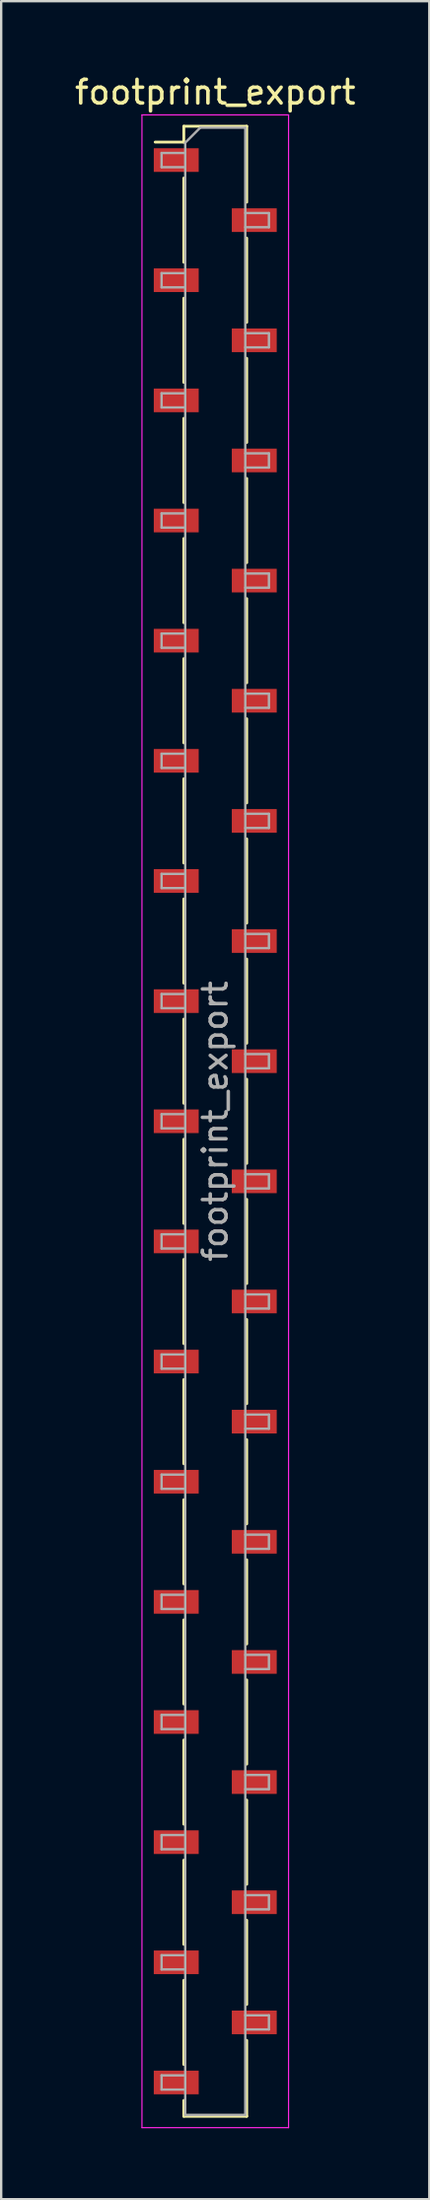
<source format=kicad_pcb>
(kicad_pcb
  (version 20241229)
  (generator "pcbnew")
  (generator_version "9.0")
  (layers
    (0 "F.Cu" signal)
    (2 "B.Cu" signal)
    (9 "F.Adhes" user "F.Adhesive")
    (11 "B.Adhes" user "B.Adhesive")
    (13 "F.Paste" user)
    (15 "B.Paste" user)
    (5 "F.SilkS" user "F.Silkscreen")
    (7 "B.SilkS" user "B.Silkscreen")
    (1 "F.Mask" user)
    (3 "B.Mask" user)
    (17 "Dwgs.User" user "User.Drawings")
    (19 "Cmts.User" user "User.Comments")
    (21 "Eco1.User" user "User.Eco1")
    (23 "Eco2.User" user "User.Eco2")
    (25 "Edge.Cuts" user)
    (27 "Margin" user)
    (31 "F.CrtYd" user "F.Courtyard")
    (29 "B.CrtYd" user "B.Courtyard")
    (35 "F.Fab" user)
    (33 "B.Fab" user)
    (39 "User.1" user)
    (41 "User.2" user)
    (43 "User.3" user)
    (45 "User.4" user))
  (footprint "footprint_export"
    (layer "F.Cu")
    (at 6.054 44.358)
    (property "Reference" "footprint_export" (at 0 -43.51 0) (layer "F.SilkS") (effects (font (size 1 1) (thickness 0.15))))
    (attr smd)
    (fp_line (start -2.54 -41.4) (end -1.33 -41.4) (stroke (width 0.12) (type solid)) (layer "F.SilkS"))
    (fp_line (start -1.33 -42.07) (end -1.33 -41.4) (stroke (width 0.12) (type solid)) (layer "F.SilkS"))
    (fp_line (start -1.33 -42.07) (end 1.33 -42.07) (stroke (width 0.12) (type solid)) (layer "F.SilkS"))
    (fp_line (start -1.33 -39.88) (end -1.33 -36.32) (stroke (width 0.12) (type solid)) (layer "F.SilkS"))
    (fp_line (start -1.33 -34.8) (end -1.33 -31.24) (stroke (width 0.12) (type solid)) (layer "F.SilkS"))
    (fp_line (start -1.33 -29.72) (end -1.33 -26.16) (stroke (width 0.12) (type solid)) (layer "F.SilkS"))
    (fp_line (start -1.33 -24.64) (end -1.33 -21.08) (stroke (width 0.12) (type solid)) (layer "F.SilkS"))
    (fp_line (start -1.33 -19.56) (end -1.33 -16) (stroke (width 0.12) (type solid)) (layer "F.SilkS"))
    (fp_line (start -1.33 -14.48) (end -1.33 -10.92) (stroke (width 0.12) (type solid)) (layer "F.SilkS"))
    (fp_line (start -1.33 -9.4) (end -1.33 -5.84) (stroke (width 0.12) (type solid)) (layer "F.SilkS"))
    (fp_line (start -1.33 -4.32) (end -1.33 -0.76) (stroke (width 0.12) (type solid)) (layer "F.SilkS"))
    (fp_line (start -1.33 0.76) (end -1.33 4.32) (stroke (width 0.12) (type solid)) (layer "F.SilkS"))
    (fp_line (start -1.33 5.84) (end -1.33 9.4) (stroke (width 0.12) (type solid)) (layer "F.SilkS"))
    (fp_line (start -1.33 10.92) (end -1.33 14.48) (stroke (width 0.12) (type solid)) (layer "F.SilkS"))
    (fp_line (start -1.33 16) (end -1.33 19.56) (stroke (width 0.12) (type solid)) (layer "F.SilkS"))
    (fp_line (start -1.33 21.08) (end -1.33 24.64) (stroke (width 0.12) (type solid)) (layer "F.SilkS"))
    (fp_line (start -1.33 26.16) (end -1.33 29.72) (stroke (width 0.12) (type solid)) (layer "F.SilkS"))
    (fp_line (start -1.33 31.24) (end -1.33 34.8) (stroke (width 0.12) (type solid)) (layer "F.SilkS"))
    (fp_line (start -1.33 36.32) (end -1.33 39.88) (stroke (width 0.12) (type solid)) (layer "F.SilkS"))
    (fp_line (start -1.33 41.4) (end -1.33 42.07) (stroke (width 0.12) (type solid)) (layer "F.SilkS"))
    (fp_line (start -1.33 42.07) (end 1.33 42.07) (stroke (width 0.12) (type solid)) (layer "F.SilkS"))
    (fp_line (start 1.33 -42.07) (end 1.33 -38.86) (stroke (width 0.12) (type solid)) (layer "F.SilkS"))
    (fp_line (start 1.33 -37.34) (end 1.33 -33.78) (stroke (width 0.12) (type solid)) (layer "F.SilkS"))
    (fp_line (start 1.33 -32.26) (end 1.33 -28.7) (stroke (width 0.12) (type solid)) (layer "F.SilkS"))
    (fp_line (start 1.33 -27.18) (end 1.33 -23.62) (stroke (width 0.12) (type solid)) (layer "F.SilkS"))
    (fp_line (start 1.33 -22.1) (end 1.33 -18.54) (stroke (width 0.12) (type solid)) (layer "F.SilkS"))
    (fp_line (start 1.33 -17.02) (end 1.33 -13.46) (stroke (width 0.12) (type solid)) (layer "F.SilkS"))
    (fp_line (start 1.33 -11.94) (end 1.33 -8.38) (stroke (width 0.12) (type solid)) (layer "F.SilkS"))
    (fp_line (start 1.33 -6.86) (end 1.33 -3.3) (stroke (width 0.12) (type solid)) (layer "F.SilkS"))
    (fp_line (start 1.33 -1.78) (end 1.33 1.78) (stroke (width 0.12) (type solid)) (layer "F.SilkS"))
    (fp_line (start 1.33 3.3) (end 1.33 6.86) (stroke (width 0.12) (type solid)) (layer "F.SilkS"))
    (fp_line (start 1.33 8.38) (end 1.33 11.94) (stroke (width 0.12) (type solid)) (layer "F.SilkS"))
    (fp_line (start 1.33 13.46) (end 1.33 17.02) (stroke (width 0.12) (type solid)) (layer "F.SilkS"))
    (fp_line (start 1.33 18.54) (end 1.33 22.1) (stroke (width 0.12) (type solid)) (layer "F.SilkS"))
    (fp_line (start 1.33 23.62) (end 1.33 27.18) (stroke (width 0.12) (type solid)) (layer "F.SilkS"))
    (fp_line (start 1.33 28.7) (end 1.33 32.26) (stroke (width 0.12) (type solid)) (layer "F.SilkS"))
    (fp_line (start 1.33 33.78) (end 1.33 37.34) (stroke (width 0.12) (type solid)) (layer "F.SilkS"))
    (fp_line (start 1.33 38.86) (end 1.33 42.07) (stroke (width 0.12) (type solid)) (layer "F.SilkS"))
    (fp_line (start -3.1 -42.55) (end 3.1 -42.55) (stroke (width 0.05) (type solid)) (layer "F.CrtYd"))
    (fp_line (start -3.1 42.55) (end -3.1 -42.55) (stroke (width 0.05) (type solid)) (layer "F.CrtYd"))
    (fp_line (start 3.1 -42.55) (end 3.1 42.55) (stroke (width 0.05) (type solid)) (layer "F.CrtYd"))
    (fp_line (start 3.1 42.55) (end -3.1 42.55) (stroke (width 0.05) (type solid)) (layer "F.CrtYd"))
    (fp_line (start -2.27 -40.94) (end -1.27 -40.94) (stroke (width 0.1) (type solid)) (layer "F.Fab"))
    (fp_line (start -2.27 -40.34) (end -2.27 -40.94) (stroke (width 0.1) (type solid)) (layer "F.Fab"))
    (fp_line (start -2.27 -35.86) (end -1.27 -35.86) (stroke (width 0.1) (type solid)) (layer "F.Fab"))
    (fp_line (start -2.27 -35.26) (end -2.27 -35.86) (stroke (width 0.1) (type solid)) (layer "F.Fab"))
    (fp_line (start -2.27 -30.78) (end -1.27 -30.78) (stroke (width 0.1) (type solid)) (layer "F.Fab"))
    (fp_line (start -2.27 -30.18) (end -2.27 -30.78) (stroke (width 0.1) (type solid)) (layer "F.Fab"))
    (fp_line (start -2.27 -25.7) (end -1.27 -25.7) (stroke (width 0.1) (type solid)) (layer "F.Fab"))
    (fp_line (start -2.27 -25.1) (end -2.27 -25.7) (stroke (width 0.1) (type solid)) (layer "F.Fab"))
    (fp_line (start -2.27 -20.62) (end -1.27 -20.62) (stroke (width 0.1) (type solid)) (layer "F.Fab"))
    (fp_line (start -2.27 -20.02) (end -2.27 -20.62) (stroke (width 0.1) (type solid)) (layer "F.Fab"))
    (fp_line (start -2.27 -15.54) (end -1.27 -15.54) (stroke (width 0.1) (type solid)) (layer "F.Fab"))
    (fp_line (start -2.27 -14.94) (end -2.27 -15.54) (stroke (width 0.1) (type solid)) (layer "F.Fab"))
    (fp_line (start -2.27 -10.46) (end -1.27 -10.46) (stroke (width 0.1) (type solid)) (layer "F.Fab"))
    (fp_line (start -2.27 -9.86) (end -2.27 -10.46) (stroke (width 0.1) (type solid)) (layer "F.Fab"))
    (fp_line (start -2.27 -5.38) (end -1.27 -5.38) (stroke (width 0.1) (type solid)) (layer "F.Fab"))
    (fp_line (start -2.27 -4.78) (end -2.27 -5.38) (stroke (width 0.1) (type solid)) (layer "F.Fab"))
    (fp_line (start -2.27 -0.3) (end -1.27 -0.3) (stroke (width 0.1) (type solid)) (layer "F.Fab"))
    (fp_line (start -2.27 0.3) (end -2.27 -0.3) (stroke (width 0.1) (type solid)) (layer "F.Fab"))
    (fp_line (start -2.27 4.78) (end -1.27 4.78) (stroke (width 0.1) (type solid)) (layer "F.Fab"))
    (fp_line (start -2.27 5.38) (end -2.27 4.78) (stroke (width 0.1) (type solid)) (layer "F.Fab"))
    (fp_line (start -2.27 9.86) (end -1.27 9.86) (stroke (width 0.1) (type solid)) (layer "F.Fab"))
    (fp_line (start -2.27 10.46) (end -2.27 9.86) (stroke (width 0.1) (type solid)) (layer "F.Fab"))
    (fp_line (start -2.27 14.94) (end -1.27 14.94) (stroke (width 0.1) (type solid)) (layer "F.Fab"))
    (fp_line (start -2.27 15.54) (end -2.27 14.94) (stroke (width 0.1) (type solid)) (layer "F.Fab"))
    (fp_line (start -2.27 20.02) (end -1.27 20.02) (stroke (width 0.1) (type solid)) (layer "F.Fab"))
    (fp_line (start -2.27 20.62) (end -2.27 20.02) (stroke (width 0.1) (type solid)) (layer "F.Fab"))
    (fp_line (start -2.27 25.1) (end -1.27 25.1) (stroke (width 0.1) (type solid)) (layer "F.Fab"))
    (fp_line (start -2.27 25.7) (end -2.27 25.1) (stroke (width 0.1) (type solid)) (layer "F.Fab"))
    (fp_line (start -2.27 30.18) (end -1.27 30.18) (stroke (width 0.1) (type solid)) (layer "F.Fab"))
    (fp_line (start -2.27 30.78) (end -2.27 30.18) (stroke (width 0.1) (type solid)) (layer "F.Fab"))
    (fp_line (start -2.27 35.26) (end -1.27 35.26) (stroke (width 0.1) (type solid)) (layer "F.Fab"))
    (fp_line (start -2.27 35.86) (end -2.27 35.26) (stroke (width 0.1) (type solid)) (layer "F.Fab"))
    (fp_line (start -2.27 40.34) (end -1.27 40.34) (stroke (width 0.1) (type solid)) (layer "F.Fab"))
    (fp_line (start -2.27 40.94) (end -2.27 40.34) (stroke (width 0.1) (type solid)) (layer "F.Fab"))
    (fp_line (start -1.27 -41.375) (end -0.635 -42.01) (stroke (width 0.1) (type solid)) (layer "F.Fab"))
    (fp_line (start -1.27 -40.34) (end -2.27 -40.34) (stroke (width 0.1) (type solid)) (layer "F.Fab"))
    (fp_line (start -1.27 -35.26) (end -2.27 -35.26) (stroke (width 0.1) (type solid)) (layer "F.Fab"))
    (fp_line (start -1.27 -30.18) (end -2.27 -30.18) (stroke (width 0.1) (type solid)) (layer "F.Fab"))
    (fp_line (start -1.27 -25.1) (end -2.27 -25.1) (stroke (width 0.1) (type solid)) (layer "F.Fab"))
    (fp_line (start -1.27 -20.02) (end -2.27 -20.02) (stroke (width 0.1) (type solid)) (layer "F.Fab"))
    (fp_line (start -1.27 -14.94) (end -2.27 -14.94) (stroke (width 0.1) (type solid)) (layer "F.Fab"))
    (fp_line (start -1.27 -9.86) (end -2.27 -9.86) (stroke (width 0.1) (type solid)) (layer "F.Fab"))
    (fp_line (start -1.27 -4.78) (end -2.27 -4.78) (stroke (width 0.1) (type solid)) (layer "F.Fab"))
    (fp_line (start -1.27 0.3) (end -2.27 0.3) (stroke (width 0.1) (type solid)) (layer "F.Fab"))
    (fp_line (start -1.27 5.38) (end -2.27 5.38) (stroke (width 0.1) (type solid)) (layer "F.Fab"))
    (fp_line (start -1.27 10.46) (end -2.27 10.46) (stroke (width 0.1) (type solid)) (layer "F.Fab"))
    (fp_line (start -1.27 15.54) (end -2.27 15.54) (stroke (width 0.1) (type solid)) (layer "F.Fab"))
    (fp_line (start -1.27 20.62) (end -2.27 20.62) (stroke (width 0.1) (type solid)) (layer "F.Fab"))
    (fp_line (start -1.27 25.7) (end -2.27 25.7) (stroke (width 0.1) (type solid)) (layer "F.Fab"))
    (fp_line (start -1.27 30.78) (end -2.27 30.78) (stroke (width 0.1) (type solid)) (layer "F.Fab"))
    (fp_line (start -1.27 35.86) (end -2.27 35.86) (stroke (width 0.1) (type solid)) (layer "F.Fab"))
    (fp_line (start -1.27 40.94) (end -2.27 40.94) (stroke (width 0.1) (type solid)) (layer "F.Fab"))
    (fp_line (start -1.27 42.01) (end -1.27 -41.375) (stroke (width 0.1) (type solid)) (layer "F.Fab"))
    (fp_line (start -0.635 -42.01) (end 1.27 -42.01) (stroke (width 0.1) (type solid)) (layer "F.Fab"))
    (fp_line (start 1.27 -42.01) (end 1.27 42.01) (stroke (width 0.1) (type solid)) (layer "F.Fab"))
    (fp_line (start 1.27 -38.4) (end 2.27 -38.4) (stroke (width 0.1) (type solid)) (layer "F.Fab"))
    (fp_line (start 1.27 -33.32) (end 2.27 -33.32) (stroke (width 0.1) (type solid)) (layer "F.Fab"))
    (fp_line (start 1.27 -28.24) (end 2.27 -28.24) (stroke (width 0.1) (type solid)) (layer "F.Fab"))
    (fp_line (start 1.27 -23.16) (end 2.27 -23.16) (stroke (width 0.1) (type solid)) (layer "F.Fab"))
    (fp_line (start 1.27 -18.08) (end 2.27 -18.08) (stroke (width 0.1) (type solid)) (layer "F.Fab"))
    (fp_line (start 1.27 -13) (end 2.27 -13) (stroke (width 0.1) (type solid)) (layer "F.Fab"))
    (fp_line (start 1.27 -7.92) (end 2.27 -7.92) (stroke (width 0.1) (type solid)) (layer "F.Fab"))
    (fp_line (start 1.27 -2.84) (end 2.27 -2.84) (stroke (width 0.1) (type solid)) (layer "F.Fab"))
    (fp_line (start 1.27 2.24) (end 2.27 2.24) (stroke (width 0.1) (type solid)) (layer "F.Fab"))
    (fp_line (start 1.27 7.32) (end 2.27 7.32) (stroke (width 0.1) (type solid)) (layer "F.Fab"))
    (fp_line (start 1.27 12.4) (end 2.27 12.4) (stroke (width 0.1) (type solid)) (layer "F.Fab"))
    (fp_line (start 1.27 17.48) (end 2.27 17.48) (stroke (width 0.1) (type solid)) (layer "F.Fab"))
    (fp_line (start 1.27 22.56) (end 2.27 22.56) (stroke (width 0.1) (type solid)) (layer "F.Fab"))
    (fp_line (start 1.27 27.64) (end 2.27 27.64) (stroke (width 0.1) (type solid)) (layer "F.Fab"))
    (fp_line (start 1.27 32.72) (end 2.27 32.72) (stroke (width 0.1) (type solid)) (layer "F.Fab"))
    (fp_line (start 1.27 37.8) (end 2.27 37.8) (stroke (width 0.1) (type solid)) (layer "F.Fab"))
    (fp_line (start 1.27 42.01) (end -1.27 42.01) (stroke (width 0.1) (type solid)) (layer "F.Fab"))
    (fp_line (start 2.27 -38.4) (end 2.27 -37.8) (stroke (width 0.1) (type solid)) (layer "F.Fab"))
    (fp_line (start 2.27 -37.8) (end 1.27 -37.8) (stroke (width 0.1) (type solid)) (layer "F.Fab"))
    (fp_line (start 2.27 -33.32) (end 2.27 -32.72) (stroke (width 0.1) (type solid)) (layer "F.Fab"))
    (fp_line (start 2.27 -32.72) (end 1.27 -32.72) (stroke (width 0.1) (type solid)) (layer "F.Fab"))
    (fp_line (start 2.27 -28.24) (end 2.27 -27.64) (stroke (width 0.1) (type solid)) (layer "F.Fab"))
    (fp_line (start 2.27 -27.64) (end 1.27 -27.64) (stroke (width 0.1) (type solid)) (layer "F.Fab"))
    (fp_line (start 2.27 -23.16) (end 2.27 -22.56) (stroke (width 0.1) (type solid)) (layer "F.Fab"))
    (fp_line (start 2.27 -22.56) (end 1.27 -22.56) (stroke (width 0.1) (type solid)) (layer "F.Fab"))
    (fp_line (start 2.27 -18.08) (end 2.27 -17.48) (stroke (width 0.1) (type solid)) (layer "F.Fab"))
    (fp_line (start 2.27 -17.48) (end 1.27 -17.48) (stroke (width 0.1) (type solid)) (layer "F.Fab"))
    (fp_line (start 2.27 -13) (end 2.27 -12.4) (stroke (width 0.1) (type solid)) (layer "F.Fab"))
    (fp_line (start 2.27 -12.4) (end 1.27 -12.4) (stroke (width 0.1) (type solid)) (layer "F.Fab"))
    (fp_line (start 2.27 -7.92) (end 2.27 -7.32) (stroke (width 0.1) (type solid)) (layer "F.Fab"))
    (fp_line (start 2.27 -7.32) (end 1.27 -7.32) (stroke (width 0.1) (type solid)) (layer "F.Fab"))
    (fp_line (start 2.27 -2.84) (end 2.27 -2.24) (stroke (width 0.1) (type solid)) (layer "F.Fab"))
    (fp_line (start 2.27 -2.24) (end 1.27 -2.24) (stroke (width 0.1) (type solid)) (layer "F.Fab"))
    (fp_line (start 2.27 2.24) (end 2.27 2.84) (stroke (width 0.1) (type solid)) (layer "F.Fab"))
    (fp_line (start 2.27 2.84) (end 1.27 2.84) (stroke (width 0.1) (type solid)) (layer "F.Fab"))
    (fp_line (start 2.27 7.32) (end 2.27 7.92) (stroke (width 0.1) (type solid)) (layer "F.Fab"))
    (fp_line (start 2.27 7.92) (end 1.27 7.92) (stroke (width 0.1) (type solid)) (layer "F.Fab"))
    (fp_line (start 2.27 12.4) (end 2.27 13) (stroke (width 0.1) (type solid)) (layer "F.Fab"))
    (fp_line (start 2.27 13) (end 1.27 13) (stroke (width 0.1) (type solid)) (layer "F.Fab"))
    (fp_line (start 2.27 17.48) (end 2.27 18.08) (stroke (width 0.1) (type solid)) (layer "F.Fab"))
    (fp_line (start 2.27 18.08) (end 1.27 18.08) (stroke (width 0.1) (type solid)) (layer "F.Fab"))
    (fp_line (start 2.27 22.56) (end 2.27 23.16) (stroke (width 0.1) (type solid)) (layer "F.Fab"))
    (fp_line (start 2.27 23.16) (end 1.27 23.16) (stroke (width 0.1) (type solid)) (layer "F.Fab"))
    (fp_line (start 2.27 27.64) (end 2.27 28.24) (stroke (width 0.1) (type solid)) (layer "F.Fab"))
    (fp_line (start 2.27 28.24) (end 1.27 28.24) (stroke (width 0.1) (type solid)) (layer "F.Fab"))
    (fp_line (start 2.27 32.72) (end 2.27 33.32) (stroke (width 0.1) (type solid)) (layer "F.Fab"))
    (fp_line (start 2.27 33.32) (end 1.27 33.32) (stroke (width 0.1) (type solid)) (layer "F.Fab"))
    (fp_line (start 2.27 37.8) (end 2.27 38.4) (stroke (width 0.1) (type solid)) (layer "F.Fab"))
    (fp_line (start 2.27 38.4) (end 1.27 38.4) (stroke (width 0.1) (type solid)) (layer "F.Fab"))
    (fp_text user "${REFERENCE}" (at 0 0 90) (layer "F.Fab") (effects (font (size 1 1) (thickness 0.15))))
    (pad "1" smd rect (at -1.65 -40.64) (size 1.9 1) (layers "F.Cu" "F.Mask" "F.Paste"))
    (pad "2" smd rect (at 1.65 -38.1) (size 1.9 1) (layers "F.Cu" "F.Mask" "F.Paste"))
    (pad "3" smd rect (at -1.65 -35.56) (size 1.9 1) (layers "F.Cu" "F.Mask" "F.Paste"))
    (pad "4" smd rect (at 1.65 -33.02) (size 1.9 1) (layers "F.Cu" "F.Mask" "F.Paste"))
    (pad "5" smd rect (at -1.65 -30.48) (size 1.9 1) (layers "F.Cu" "F.Mask" "F.Paste"))
    (pad "6" smd rect (at 1.65 -27.94) (size 1.9 1) (layers "F.Cu" "F.Mask" "F.Paste"))
    (pad "7" smd rect (at -1.65 -25.4) (size 1.9 1) (layers "F.Cu" "F.Mask" "F.Paste"))
    (pad "8" smd rect (at 1.65 -22.86) (size 1.9 1) (layers "F.Cu" "F.Mask" "F.Paste"))
    (pad "9" smd rect (at -1.65 -20.32) (size 1.9 1) (layers "F.Cu" "F.Mask" "F.Paste"))
    (pad "10" smd rect (at 1.65 -17.78) (size 1.9 1) (layers "F.Cu" "F.Mask" "F.Paste"))
    (pad "11" smd rect (at -1.65 -15.24) (size 1.9 1) (layers "F.Cu" "F.Mask" "F.Paste"))
    (pad "12" smd rect (at 1.65 -12.7) (size 1.9 1) (layers "F.Cu" "F.Mask" "F.Paste"))
    (pad "13" smd rect (at -1.65 -10.16) (size 1.9 1) (layers "F.Cu" "F.Mask" "F.Paste"))
    (pad "14" smd rect (at 1.65 -7.62) (size 1.9 1) (layers "F.Cu" "F.Mask" "F.Paste"))
    (pad "15" smd rect (at -1.65 -5.08) (size 1.9 1) (layers "F.Cu" "F.Mask" "F.Paste"))
    (pad "16" smd rect (at 1.65 -2.54) (size 1.9 1) (layers "F.Cu" "F.Mask" "F.Paste"))
    (pad "17" smd rect (at -1.65 0) (size 1.9 1) (layers "F.Cu" "F.Mask" "F.Paste"))
    (pad "18" smd rect (at 1.65 2.54) (size 1.9 1) (layers "F.Cu" "F.Mask" "F.Paste"))
    (pad "19" smd rect (at -1.65 5.08) (size 1.9 1) (layers "F.Cu" "F.Mask" "F.Paste"))
    (pad "20" smd rect (at 1.65 7.62) (size 1.9 1) (layers "F.Cu" "F.Mask" "F.Paste"))
    (pad "21" smd rect (at -1.65 10.16) (size 1.9 1) (layers "F.Cu" "F.Mask" "F.Paste"))
    (pad "22" smd rect (at 1.65 12.7) (size 1.9 1) (layers "F.Cu" "F.Mask" "F.Paste"))
    (pad "23" smd rect (at -1.65 15.24) (size 1.9 1) (layers "F.Cu" "F.Mask" "F.Paste"))
    (pad "24" smd rect (at 1.65 17.78) (size 1.9 1) (layers "F.Cu" "F.Mask" "F.Paste"))
    (pad "25" smd rect (at -1.65 20.32) (size 1.9 1) (layers "F.Cu" "F.Mask" "F.Paste"))
    (pad "26" smd rect (at 1.65 22.86) (size 1.9 1) (layers "F.Cu" "F.Mask" "F.Paste"))
    (pad "27" smd rect (at -1.65 25.4) (size 1.9 1) (layers "F.Cu" "F.Mask" "F.Paste"))
    (pad "28" smd rect (at 1.65 27.94) (size 1.9 1) (layers "F.Cu" "F.Mask" "F.Paste"))
    (pad "29" smd rect (at -1.65 30.48) (size 1.9 1) (layers "F.Cu" "F.Mask" "F.Paste"))
    (pad "30" smd rect (at 1.65 33.02) (size 1.9 1) (layers "F.Cu" "F.Mask" "F.Paste"))
    (pad "31" smd rect (at -1.65 35.56) (size 1.9 1) (layers "F.Cu" "F.Mask" "F.Paste"))
    (pad "32" smd rect (at 1.65 38.1) (size 1.9 1) (layers "F.Cu" "F.Mask" "F.Paste"))
    (pad "33" smd rect (at -1.65 40.64) (size 1.9 1) (layers "F.Cu" "F.Mask" "F.Paste")))
  (gr_rect
    (start -3 -3)
    (end 15.107 89.933)
    (stroke (width 0.1) (type default))
    (fill no)
    (layer "Edge.Cuts")))
</source>
